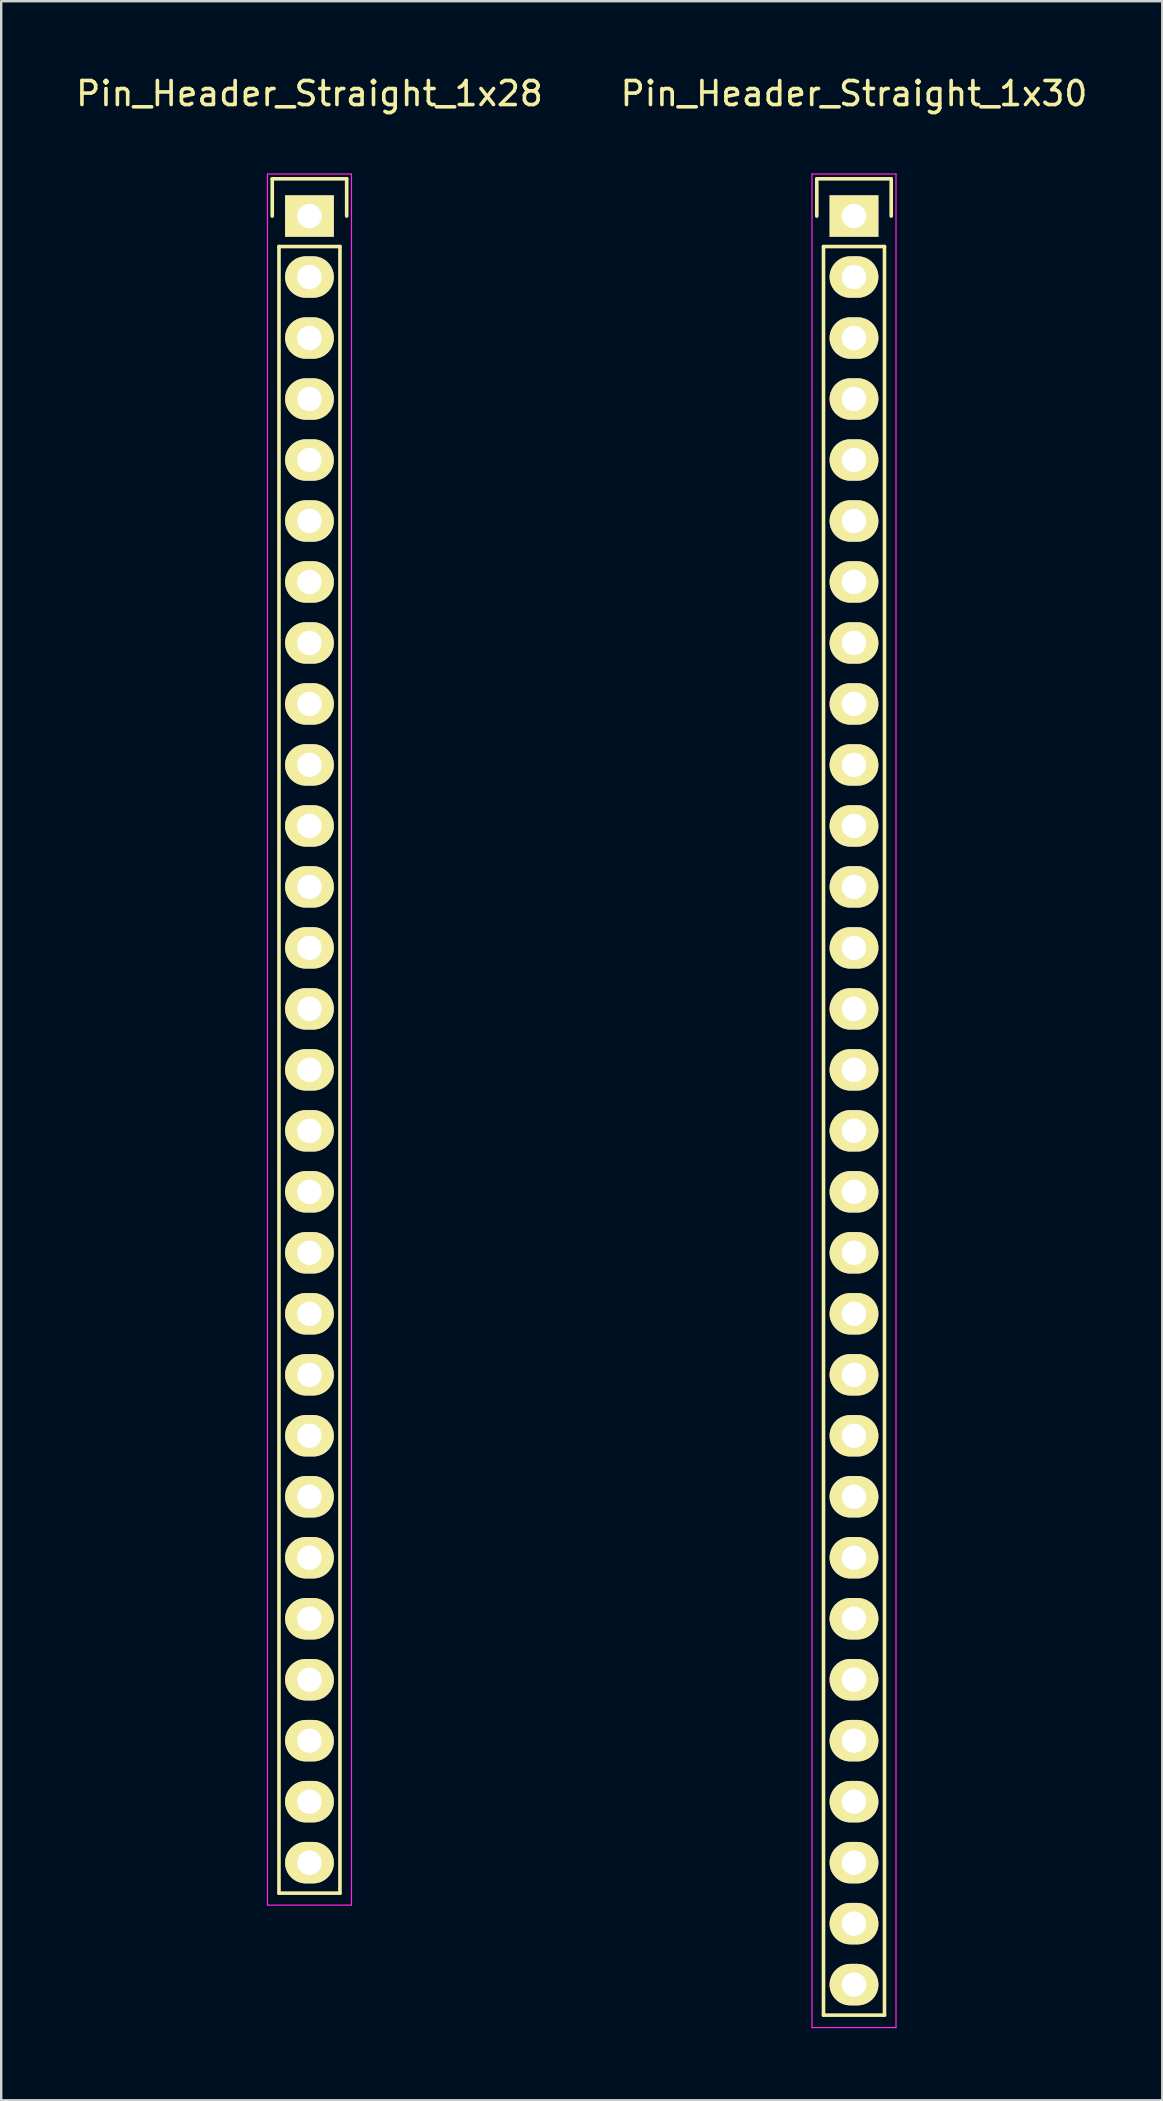
<source format=kicad_pcb>
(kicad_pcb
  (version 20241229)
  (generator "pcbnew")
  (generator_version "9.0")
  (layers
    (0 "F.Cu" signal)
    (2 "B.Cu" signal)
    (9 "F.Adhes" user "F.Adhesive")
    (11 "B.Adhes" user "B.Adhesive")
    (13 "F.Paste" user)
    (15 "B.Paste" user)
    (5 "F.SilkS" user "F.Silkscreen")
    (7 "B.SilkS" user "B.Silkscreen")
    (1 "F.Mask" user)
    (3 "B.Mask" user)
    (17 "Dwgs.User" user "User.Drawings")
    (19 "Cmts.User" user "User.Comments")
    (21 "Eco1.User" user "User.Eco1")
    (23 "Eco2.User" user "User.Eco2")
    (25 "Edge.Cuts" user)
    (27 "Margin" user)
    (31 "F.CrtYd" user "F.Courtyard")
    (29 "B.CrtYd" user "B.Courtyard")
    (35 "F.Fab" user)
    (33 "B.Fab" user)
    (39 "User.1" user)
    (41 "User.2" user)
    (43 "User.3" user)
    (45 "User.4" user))
  (footprint "Pin_Header_Straight_1x30"
    (layer "F.Cu")
    (at 32.518 5.948)
    (property "Reference" "Pin_Header_Straight_1x30" (at 0 -5.1 0) (layer "F.SilkS") (effects (font (size 1 1) (thickness 0.15))))
    (attr through_hole)
    (fp_line (start -1.55 -1.55) (end 1.55 -1.55) (stroke (width 0.15) (type solid)) (layer "F.SilkS"))
    (fp_line (start -1.55 0) (end -1.55 -1.55) (stroke (width 0.15) (type solid)) (layer "F.SilkS"))
    (fp_line (start -1.27 1.27) (end -1.27 74.93) (stroke (width 0.15) (type solid)) (layer "F.SilkS"))
    (fp_line (start -1.27 74.93) (end 1.27 74.93) (stroke (width 0.15) (type solid)) (layer "F.SilkS"))
    (fp_line (start 1.27 1.27) (end -1.27 1.27) (stroke (width 0.15) (type solid)) (layer "F.SilkS"))
    (fp_line (start 1.27 74.93) (end 1.27 1.27) (stroke (width 0.15) (type solid)) (layer "F.SilkS"))
    (fp_line (start 1.55 -1.55) (end 1.55 0) (stroke (width 0.15) (type solid)) (layer "F.SilkS"))
    (fp_line (start -1.75 -1.75) (end -1.75 75.45) (stroke (width 0.05) (type solid)) (layer "F.CrtYd"))
    (fp_line (start -1.75 -1.75) (end 1.75 -1.75) (stroke (width 0.05) (type solid)) (layer "F.CrtYd"))
    (fp_line (start -1.75 75.45) (end 1.75 75.45) (stroke (width 0.05) (type solid)) (layer "F.CrtYd"))
    (fp_line (start 1.75 -1.75) (end 1.75 75.45) (stroke (width 0.05) (type solid)) (layer "F.CrtYd"))
    (pad "1" thru_hole rect (at 0 0) (size 2.032 1.727) (drill 1.016) (layers "*.Cu" "*.Mask" "F.SilkS"))
    (pad "2" thru_hole oval (at 0 2.54) (size 2.032 1.727) (drill 1.016) (layers "*.Cu" "*.Mask" "F.SilkS"))
    (pad "3" thru_hole oval (at 0 5.08) (size 2.032 1.727) (drill 1.016) (layers "*.Cu" "*.Mask" "F.SilkS"))
    (pad "4" thru_hole oval (at 0 7.62) (size 2.032 1.727) (drill 1.016) (layers "*.Cu" "*.Mask" "F.SilkS"))
    (pad "5" thru_hole oval (at 0 10.16) (size 2.032 1.727) (drill 1.016) (layers "*.Cu" "*.Mask" "F.SilkS"))
    (pad "6" thru_hole oval (at 0 12.7) (size 2.032 1.727) (drill 1.016) (layers "*.Cu" "*.Mask" "F.SilkS"))
    (pad "7" thru_hole oval (at 0 15.24) (size 2.032 1.727) (drill 1.016) (layers "*.Cu" "*.Mask" "F.SilkS"))
    (pad "8" thru_hole oval (at 0 17.78) (size 2.032 1.727) (drill 1.016) (layers "*.Cu" "*.Mask" "F.SilkS"))
    (pad "9" thru_hole oval (at 0 20.32) (size 2.032 1.727) (drill 1.016) (layers "*.Cu" "*.Mask" "F.SilkS"))
    (pad "10" thru_hole oval (at 0 22.86) (size 2.032 1.727) (drill 1.016) (layers "*.Cu" "*.Mask" "F.SilkS"))
    (pad "11" thru_hole oval (at 0 25.4) (size 2.032 1.727) (drill 1.016) (layers "*.Cu" "*.Mask" "F.SilkS"))
    (pad "12" thru_hole oval (at 0 27.94) (size 2.032 1.727) (drill 1.016) (layers "*.Cu" "*.Mask" "F.SilkS"))
    (pad "13" thru_hole oval (at 0 30.48) (size 2.032 1.727) (drill 1.016) (layers "*.Cu" "*.Mask" "F.SilkS"))
    (pad "14" thru_hole oval (at 0 33.02) (size 2.032 1.727) (drill 1.016) (layers "*.Cu" "*.Mask" "F.SilkS"))
    (pad "15" thru_hole oval (at 0 35.56) (size 2.032 1.727) (drill 1.016) (layers "*.Cu" "*.Mask" "F.SilkS"))
    (pad "16" thru_hole oval (at 0 38.1) (size 2.032 1.727) (drill 1.016) (layers "*.Cu" "*.Mask" "F.SilkS"))
    (pad "17" thru_hole oval (at 0 40.64) (size 2.032 1.727) (drill 1.016) (layers "*.Cu" "*.Mask" "F.SilkS"))
    (pad "18" thru_hole oval (at 0 43.18) (size 2.032 1.727) (drill 1.016) (layers "*.Cu" "*.Mask" "F.SilkS"))
    (pad "19" thru_hole oval (at 0 45.72) (size 2.032 1.727) (drill 1.016) (layers "*.Cu" "*.Mask" "F.SilkS"))
    (pad "20" thru_hole oval (at 0 48.26) (size 2.032 1.727) (drill 1.016) (layers "*.Cu" "*.Mask" "F.SilkS"))
    (pad "21" thru_hole oval (at 0 50.8) (size 2.032 1.727) (drill 1.016) (layers "*.Cu" "*.Mask" "F.SilkS"))
    (pad "22" thru_hole oval (at 0 53.34) (size 2.032 1.727) (drill 1.016) (layers "*.Cu" "*.Mask" "F.SilkS"))
    (pad "23" thru_hole oval (at 0 55.88) (size 2.032 1.727) (drill 1.016) (layers "*.Cu" "*.Mask" "F.SilkS"))
    (pad "24" thru_hole oval (at 0 58.42) (size 2.032 1.727) (drill 1.016) (layers "*.Cu" "*.Mask" "F.SilkS"))
    (pad "25" thru_hole oval (at 0 60.96) (size 2.032 1.727) (drill 1.016) (layers "*.Cu" "*.Mask" "F.SilkS"))
    (pad "26" thru_hole oval (at 0 63.5) (size 2.032 1.727) (drill 1.016) (layers "*.Cu" "*.Mask" "F.SilkS"))
    (pad "27" thru_hole oval (at 0 66.04) (size 2.032 1.727) (drill 1.016) (layers "*.Cu" "*.Mask" "F.SilkS"))
    (pad "28" thru_hole oval (at 0 68.58) (size 2.032 1.727) (drill 1.016) (layers "*.Cu" "*.Mask" "F.SilkS"))
    (pad "29" thru_hole oval (at 0 71.12) (size 2.032 1.727) (drill 1.016) (layers "*.Cu" "*.Mask" "F.SilkS"))
    (pad "30" thru_hole oval (at 0 73.66) (size 2.032 1.727) (drill 1.016) (layers "*.Cu" "*.Mask" "F.SilkS")))
  (footprint "Pin_Header_Straight_1x28"
    (layer "F.Cu")
    (at 9.839 5.948)
    (property "Reference" "Pin_Header_Straight_1x28" (at 0 -5.1 0) (layer "F.SilkS") (effects (font (size 1 1) (thickness 0.15))))
    (attr through_hole)
    (fp_line (start -1.55 -1.55) (end 1.55 -1.55) (stroke (width 0.15) (type solid)) (layer "F.SilkS"))
    (fp_line (start -1.55 0) (end -1.55 -1.55) (stroke (width 0.15) (type solid)) (layer "F.SilkS"))
    (fp_line (start -1.27 1.27) (end -1.27 69.85) (stroke (width 0.15) (type solid)) (layer "F.SilkS"))
    (fp_line (start -1.27 69.85) (end 1.27 69.85) (stroke (width 0.15) (type solid)) (layer "F.SilkS"))
    (fp_line (start 1.27 1.27) (end -1.27 1.27) (stroke (width 0.15) (type solid)) (layer "F.SilkS"))
    (fp_line (start 1.27 69.85) (end 1.27 1.27) (stroke (width 0.15) (type solid)) (layer "F.SilkS"))
    (fp_line (start 1.55 -1.55) (end 1.55 0) (stroke (width 0.15) (type solid)) (layer "F.SilkS"))
    (fp_line (start -1.75 -1.75) (end -1.75 70.35) (stroke (width 0.05) (type solid)) (layer "F.CrtYd"))
    (fp_line (start -1.75 -1.75) (end 1.75 -1.75) (stroke (width 0.05) (type solid)) (layer "F.CrtYd"))
    (fp_line (start -1.75 70.35) (end 1.75 70.35) (stroke (width 0.05) (type solid)) (layer "F.CrtYd"))
    (fp_line (start 1.75 -1.75) (end 1.75 70.35) (stroke (width 0.05) (type solid)) (layer "F.CrtYd"))
    (pad "1" thru_hole rect (at 0 0) (size 2.032 1.727) (drill 1.016) (layers "*.Cu" "*.Mask" "F.SilkS"))
    (pad "2" thru_hole oval (at 0 2.54) (size 2.032 1.727) (drill 1.016) (layers "*.Cu" "*.Mask" "F.SilkS"))
    (pad "3" thru_hole oval (at 0 5.08) (size 2.032 1.727) (drill 1.016) (layers "*.Cu" "*.Mask" "F.SilkS"))
    (pad "4" thru_hole oval (at 0 7.62) (size 2.032 1.727) (drill 1.016) (layers "*.Cu" "*.Mask" "F.SilkS"))
    (pad "5" thru_hole oval (at 0 10.16) (size 2.032 1.727) (drill 1.016) (layers "*.Cu" "*.Mask" "F.SilkS"))
    (pad "6" thru_hole oval (at 0 12.7) (size 2.032 1.727) (drill 1.016) (layers "*.Cu" "*.Mask" "F.SilkS"))
    (pad "7" thru_hole oval (at 0 15.24) (size 2.032 1.727) (drill 1.016) (layers "*.Cu" "*.Mask" "F.SilkS"))
    (pad "8" thru_hole oval (at 0 17.78) (size 2.032 1.727) (drill 1.016) (layers "*.Cu" "*.Mask" "F.SilkS"))
    (pad "9" thru_hole oval (at 0 20.32) (size 2.032 1.727) (drill 1.016) (layers "*.Cu" "*.Mask" "F.SilkS"))
    (pad "10" thru_hole oval (at 0 22.86) (size 2.032 1.727) (drill 1.016) (layers "*.Cu" "*.Mask" "F.SilkS"))
    (pad "11" thru_hole oval (at 0 25.4) (size 2.032 1.727) (drill 1.016) (layers "*.Cu" "*.Mask" "F.SilkS"))
    (pad "12" thru_hole oval (at 0 27.94) (size 2.032 1.727) (drill 1.016) (layers "*.Cu" "*.Mask" "F.SilkS"))
    (pad "13" thru_hole oval (at 0 30.48) (size 2.032 1.727) (drill 1.016) (layers "*.Cu" "*.Mask" "F.SilkS"))
    (pad "14" thru_hole oval (at 0 33.02) (size 2.032 1.727) (drill 1.016) (layers "*.Cu" "*.Mask" "F.SilkS"))
    (pad "15" thru_hole oval (at 0 35.56) (size 2.032 1.727) (drill 1.016) (layers "*.Cu" "*.Mask" "F.SilkS"))
    (pad "16" thru_hole oval (at 0 38.1) (size 2.032 1.727) (drill 1.016) (layers "*.Cu" "*.Mask" "F.SilkS"))
    (pad "17" thru_hole oval (at 0 40.64) (size 2.032 1.727) (drill 1.016) (layers "*.Cu" "*.Mask" "F.SilkS"))
    (pad "18" thru_hole oval (at 0 43.18) (size 2.032 1.727) (drill 1.016) (layers "*.Cu" "*.Mask" "F.SilkS"))
    (pad "19" thru_hole oval (at 0 45.72) (size 2.032 1.727) (drill 1.016) (layers "*.Cu" "*.Mask" "F.SilkS"))
    (pad "20" thru_hole oval (at 0 48.26) (size 2.032 1.727) (drill 1.016) (layers "*.Cu" "*.Mask" "F.SilkS"))
    (pad "21" thru_hole oval (at 0 50.8) (size 2.032 1.727) (drill 1.016) (layers "*.Cu" "*.Mask" "F.SilkS"))
    (pad "22" thru_hole oval (at 0 53.34) (size 2.032 1.727) (drill 1.016) (layers "*.Cu" "*.Mask" "F.SilkS"))
    (pad "23" thru_hole oval (at 0 55.88) (size 2.032 1.727) (drill 1.016) (layers "*.Cu" "*.Mask" "F.SilkS"))
    (pad "24" thru_hole oval (at 0 58.42) (size 2.032 1.727) (drill 1.016) (layers "*.Cu" "*.Mask" "F.SilkS"))
    (pad "25" thru_hole oval (at 0 60.96) (size 2.032 1.727) (drill 1.016) (layers "*.Cu" "*.Mask" "F.SilkS"))
    (pad "26" thru_hole oval (at 0 63.5) (size 2.032 1.727) (drill 1.016) (layers "*.Cu" "*.Mask" "F.SilkS"))
    (pad "27" thru_hole oval (at 0 66.04) (size 2.032 1.727) (drill 1.016) (layers "*.Cu" "*.Mask" "F.SilkS"))
    (pad "28" thru_hole oval (at 0 68.58) (size 2.032 1.727) (drill 1.016) (layers "*.Cu" "*.Mask" "F.SilkS")))
  (gr_rect
    (start -3 -3)
    (end 45.357 84.423)
    (stroke (width 0.1) (type default))
    (fill no)
    (layer "Edge.Cuts")))
</source>
